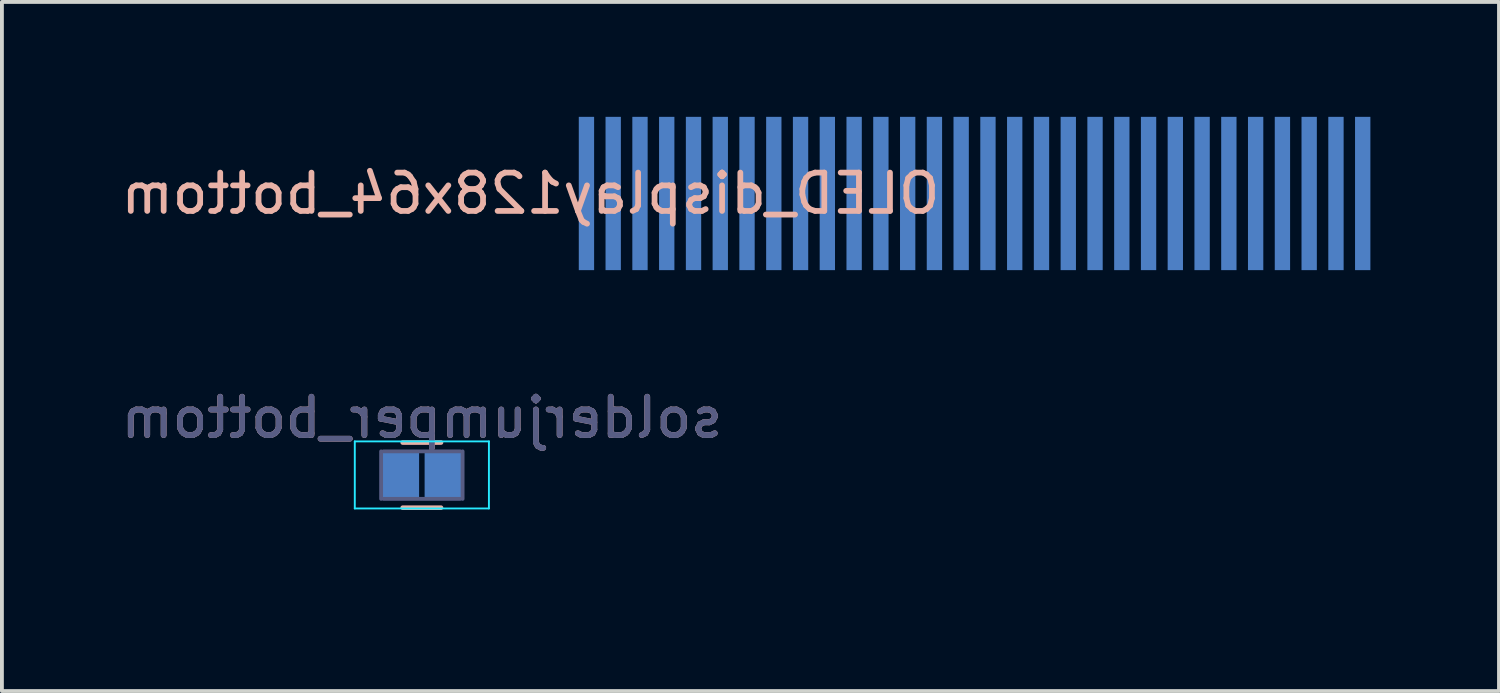
<source format=kicad_pcb>
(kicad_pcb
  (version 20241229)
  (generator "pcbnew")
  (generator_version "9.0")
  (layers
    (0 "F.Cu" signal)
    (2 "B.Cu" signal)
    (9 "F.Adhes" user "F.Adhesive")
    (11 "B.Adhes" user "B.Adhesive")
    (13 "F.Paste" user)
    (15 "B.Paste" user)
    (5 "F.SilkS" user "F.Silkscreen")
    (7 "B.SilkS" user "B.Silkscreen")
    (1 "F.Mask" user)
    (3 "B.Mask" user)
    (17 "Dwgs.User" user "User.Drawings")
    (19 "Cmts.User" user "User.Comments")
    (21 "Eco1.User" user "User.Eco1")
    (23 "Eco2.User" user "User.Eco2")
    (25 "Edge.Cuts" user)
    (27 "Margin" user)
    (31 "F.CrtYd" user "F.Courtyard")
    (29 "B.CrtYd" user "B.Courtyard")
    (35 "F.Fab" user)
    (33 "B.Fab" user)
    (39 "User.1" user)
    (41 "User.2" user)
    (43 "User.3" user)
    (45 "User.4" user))
  (footprint "xmr_logo"
    (layer "F.Cu")
    (at 21.405 9.49)
    (property "Reference" "xmr_logo" (at 8.153 -0.435 0) (layer "B.Mask") (effects (font (size 1 1) (thickness 0.15))))
    (attr through_hole)
    (fp_line (start -1.524 -1.143) (end -1.524 1.016) (stroke (width 0.15) (type solid)) (layer "B.Mask"))
    (fp_line (start -1.524 1.016) (end -2.159 1.016) (stroke (width 0.15) (type solid)) (layer "B.Mask"))
    (fp_line (start -1.016 0) (end 0 0.889) (stroke (width 0.15) (type solid)) (layer "B.Mask"))
    (fp_line (start -1.016 1.524) (end -1.864 1.524) (stroke (width 0.15) (type solid)) (layer "B.Mask"))
    (fp_line (start -1.016 1.524) (end -1.016 0) (stroke (width 0.15) (type solid)) (layer "B.Mask"))
    (fp_line (start 0 0.254) (end -1.524 -1.143) (stroke (width 0.15) (type solid)) (layer "B.Mask"))
    (fp_line (start 0 0.889) (end 1.016 0) (stroke (width 0.15) (type solid)) (layer "B.Mask"))
    (fp_line (start 1.016 0) (end 1.016 1.524) (stroke (width 0.15) (type solid)) (layer "B.Mask"))
    (fp_line (start 1.016 1.524) (end 1.854 1.524) (stroke (width 0.15) (type solid)) (layer "B.Mask"))
    (fp_line (start 1.524 -1.143) (end 0 0.254) (stroke (width 0.15) (type solid)) (layer "B.Mask"))
    (fp_line (start 1.524 -1.143) (end 1.524 1.016) (stroke (width 0.15) (type solid)) (layer "B.Mask"))
    (fp_line (start 1.524 1.016) (end 2.159 1.016) (stroke (width 0.15) (type solid)) (layer "B.Mask"))
    (fp_arc (start -2.18948 1.016) (mid -2.266617 -0.829776) (end -1.016 -2.18948) (stroke (width 0.15) (type solid)) (layer "B.Mask"))
    (fp_arc (start -1.08204 -2.159) (mid 0.761526 -2.291761) (end 2.159 -1.08204) (stroke (width 0.15) (type solid)) (layer "B.Mask"))
    (fp_arc (start 0.97536 -2.1844) (mid 2.234288 -0.85492) (end 2.1844 0.97536) (stroke (width 0.15) (type solid)) (layer "B.Mask"))
    (fp_arc (start 1.54432 1.85928) (mid -0.22271 2.406709) (end -1.85928 1.54432) (stroke (width 0.15) (type solid)) (layer "B.Mask"))
    (fp_arc (start 1.86944 1.52908) (mid 0.240671 2.403117) (end -1.52908 1.86944) (stroke (width 0.15) (type solid)) (layer "B.Mask")))
  (footprint "OLED_display128x64_bottom"
    (layer "F.Cu")
    (at 22.095 2.063)
    (property "Reference" "OLED_display128x64_bottom" (at -11.303 -0.064 0) (layer "B.SilkS") (effects (font (size 1 1) (thickness 0.15)) (justify mirror)))
    (attr through_hole)
    (pad "1" smd rect (at -9.842 -0.064) (size 0.4 4) (layers "B.Cu" "B.Mask" "B.Paste"))
    (pad "2" smd rect (at -9.144 -0.064) (size 0.4 4) (layers "B.Cu" "B.Mask" "B.Paste"))
    (pad "3" smd rect (at -8.445 -0.064) (size 0.4 4) (layers "B.Cu" "B.Mask" "B.Paste"))
    (pad "4" smd rect (at -7.747 -0.064) (size 0.4 4) (layers "B.Cu" "B.Mask" "B.Paste"))
    (pad "5" smd rect (at -7.048 -0.064) (size 0.4 4) (layers "B.Cu" "B.Mask" "B.Paste"))
    (pad "6" smd rect (at -6.35 -0.064) (size 0.4 4) (layers "B.Cu" "B.Mask" "B.Paste"))
    (pad "7" smd rect (at -5.652 -0.064) (size 0.4 4) (layers "B.Cu" "B.Mask" "B.Paste"))
    (pad "8" smd rect (at -4.953 -0.064) (size 0.4 4) (layers "B.Cu" "B.Mask" "B.Paste"))
    (pad "9" smd rect (at -4.255 -0.064) (size 0.4 4) (layers "B.Cu" "B.Mask" "B.Paste"))
    (pad "10" smd rect (at -3.556 -0.064) (size 0.4 4) (layers "B.Cu" "B.Mask" "B.Paste"))
    (pad "11" smd rect (at -2.857 -0.064) (size 0.4 4) (layers "B.Cu" "B.Mask" "B.Paste"))
    (pad "12" smd rect (at -2.159 -0.064) (size 0.4 4) (layers "B.Cu" "B.Mask" "B.Paste"))
    (pad "13" smd rect (at -1.46 -0.064) (size 0.4 4) (layers "B.Cu" "B.Mask" "B.Paste"))
    (pad "14" smd rect (at -0.762 -0.064) (size 0.4 4) (layers "B.Cu" "B.Mask" "B.Paste"))
    (pad "15" smd rect (at -0.064 -0.064) (size 0.4 4) (layers "B.Cu" "B.Mask" "B.Paste"))
    (pad "16" smd rect (at 0.635 -0.064) (size 0.4 4) (layers "B.Cu" "B.Mask" "B.Paste"))
    (pad "17" smd rect (at 1.333 -0.064) (size 0.4 4) (layers "B.Cu" "B.Mask" "B.Paste"))
    (pad "18" smd rect (at 2.032 -0.064) (size 0.4 4) (layers "B.Cu" "B.Mask" "B.Paste"))
    (pad "19" smd rect (at 2.731 -0.064) (size 0.4 4) (layers "B.Cu" "B.Mask" "B.Paste"))
    (pad "20" smd rect (at 3.429 -0.064) (size 0.4 4) (layers "B.Cu" "B.Mask" "B.Paste"))
    (pad "21" smd rect (at 4.128 -0.064) (size 0.4 4) (layers "B.Cu" "B.Mask" "B.Paste"))
    (pad "22" smd rect (at 4.826 -0.064) (size 0.4 4) (layers "B.Cu" "B.Mask" "B.Paste"))
    (pad "23" smd rect (at 5.524 -0.064) (size 0.4 4) (layers "B.Cu" "B.Mask" "B.Paste"))
    (pad "24" smd rect (at 6.223 -0.064) (size 0.4 4) (layers "B.Cu" "B.Mask" "B.Paste"))
    (pad "25" smd rect (at 6.921 -0.064) (size 0.4 4) (layers "B.Cu" "B.Mask" "B.Paste"))
    (pad "26" smd rect (at 7.62 -0.064) (size 0.4 4) (layers "B.Cu" "B.Mask" "B.Paste"))
    (pad "27" smd rect (at 8.319 -0.064) (size 0.4 4) (layers "B.Cu" "B.Mask" "B.Paste"))
    (pad "28" smd rect (at 9.017 -0.064) (size 0.4 4) (layers "B.Cu" "B.Mask" "B.Paste"))
    (pad "29" smd rect (at 9.716 -0.064) (size 0.4 4) (layers "B.Cu" "B.Mask" "B.Paste"))
    (pad "30" smd rect (at 10.414 -0.064) (size 0.4 4) (layers "B.Cu" "B.Mask" "B.Paste")))
  (footprint "solderjumper_bottom"
    (layer "F.Cu")
    (at 7.958 9.348)
    (property "Reference" "solderjumper_bottom" (at 0 -1.5 0) (layer "B.SilkS") (effects (font (size 1 1) (thickness 0.15)) (justify mirror)))
    (attr smd)
    (fp_line (start -0.5 0.85) (end 0.5 0.85) (stroke (width 0.12) (type solid)) (layer "B.SilkS"))
    (fp_line (start 0.5 -0.85) (end -0.5 -0.85) (stroke (width 0.12) (type solid)) (layer "B.SilkS"))
    (fp_line (start -1.75 -0.88) (end -1.75 0.87) (stroke (width 0.05) (type solid)) (layer "B.CrtYd"))
    (fp_line (start -1.75 -0.88) (end 1.75 -0.88) (stroke (width 0.05) (type solid)) (layer "B.CrtYd"))
    (fp_line (start 1.75 0.87) (end -1.75 0.87) (stroke (width 0.05) (type solid)) (layer "B.CrtYd"))
    (fp_line (start 1.75 0.87) (end 1.75 -0.88) (stroke (width 0.05) (type solid)) (layer "B.CrtYd"))
    (fp_line (start -1.063 0.62) (end -1.063 -0.62) (stroke (width 0.1) (type solid)) (layer "B.Fab"))
    (fp_line (start -1 -0.62) (end 1 -0.62) (stroke (width 0.1) (type solid)) (layer "B.Fab"))
    (fp_line (start 1 0.62) (end -1 0.62) (stroke (width 0.1) (type solid)) (layer "B.Fab"))
    (fp_line (start 1.063 -0.62) (end 1.063 0.62) (stroke (width 0.1) (type solid)) (layer "B.Fab"))
    (fp_text user "${REFERENCE}" (at 0 -1.5 0) (layer "B.Fab") (effects (font (size 1 1) (thickness 0.15)) (justify mirror)))
    (pad "1" smd rect (at -0.572 0) (size 1 1.25) (layers "B.Cu" "B.Mask" "B.Paste"))
    (pad "2" smd rect (at 0.572 0) (size 1 1.25) (layers "B.Cu" "B.Mask" "B.Paste")))
  (gr_rect
    (start -3 -3)
    (end 36.065 14.982)
    (stroke (width 0.1) (type default))
    (fill no)
    (layer "Edge.Cuts")))
</source>
